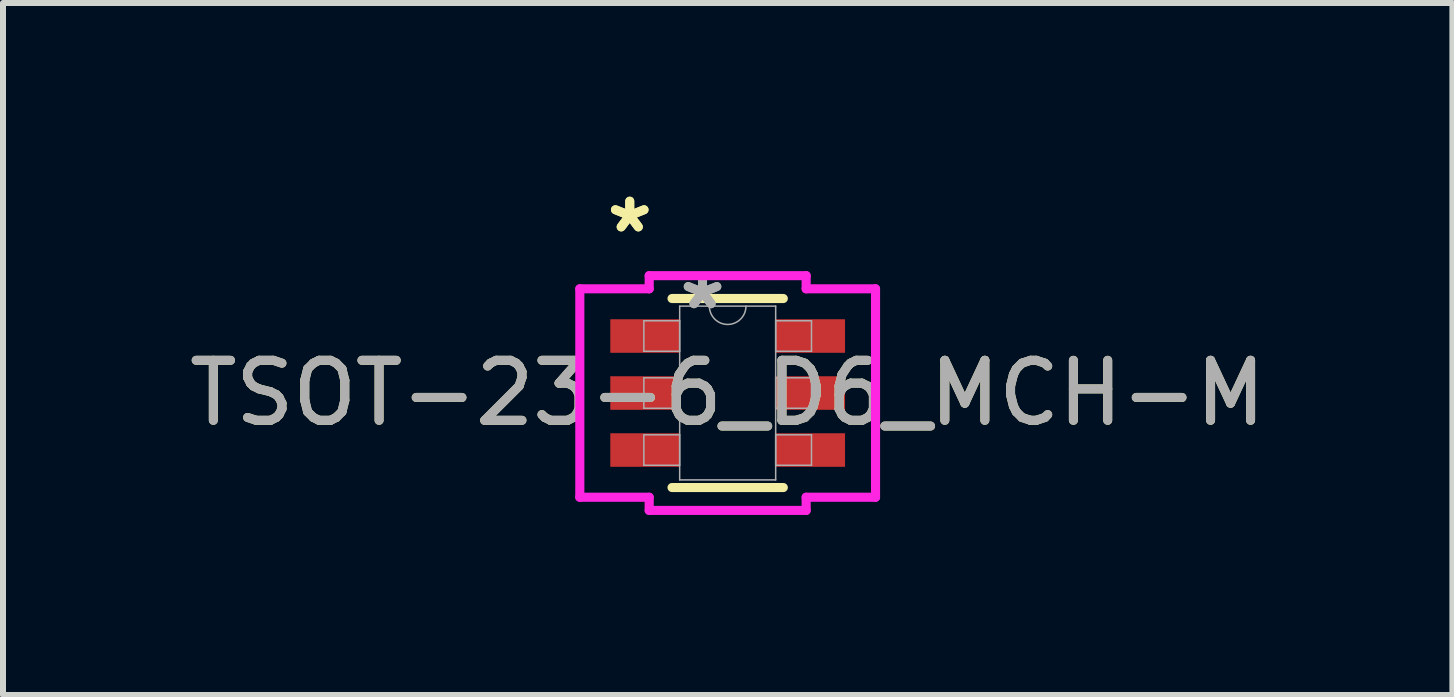
<source format=kicad_pcb>
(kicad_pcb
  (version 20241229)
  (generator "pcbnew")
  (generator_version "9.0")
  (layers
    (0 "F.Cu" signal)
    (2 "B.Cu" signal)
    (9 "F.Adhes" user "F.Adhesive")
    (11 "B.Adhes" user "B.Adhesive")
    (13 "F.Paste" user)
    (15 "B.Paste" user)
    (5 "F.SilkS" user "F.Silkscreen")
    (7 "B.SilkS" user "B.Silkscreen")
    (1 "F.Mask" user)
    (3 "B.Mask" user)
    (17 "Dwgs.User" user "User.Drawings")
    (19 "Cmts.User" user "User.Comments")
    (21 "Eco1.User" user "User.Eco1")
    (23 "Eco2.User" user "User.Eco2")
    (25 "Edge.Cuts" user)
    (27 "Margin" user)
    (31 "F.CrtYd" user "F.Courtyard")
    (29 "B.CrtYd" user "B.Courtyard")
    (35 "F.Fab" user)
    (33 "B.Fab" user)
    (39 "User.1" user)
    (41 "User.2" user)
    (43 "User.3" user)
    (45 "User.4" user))
  (footprint "TSOT-23-6_D6_MCH-M"
    (layer "F.Cu")
    (at 9.077 3.5)
    (property "Reference" "TSOT-23-6_D6_MCH-M" (at 0 0 0) (unlocked yes) (layer "F.SilkS") (effects (font (size 1 1) (thickness 0.15))))
    (attr smd)
    (fp_line (start -0.927 1.575) (end 0.927 1.575) (stroke (width 0.152) (type solid)) (layer "F.SilkS"))
    (fp_line (start 0.927 -1.575) (end -0.927 -1.575) (stroke (width 0.152) (type solid)) (layer "F.SilkS"))
    (fp_line (start -2.464 -1.737) (end -1.308 -1.737) (stroke (width 0.152) (type solid)) (layer "F.CrtYd"))
    (fp_line (start -2.464 1.737) (end -2.464 -1.737) (stroke (width 0.152) (type solid)) (layer "F.CrtYd"))
    (fp_line (start -2.464 1.737) (end -1.308 1.737) (stroke (width 0.152) (type solid)) (layer "F.CrtYd"))
    (fp_line (start -1.308 -1.956) (end 1.308 -1.956) (stroke (width 0.152) (type solid)) (layer "F.CrtYd"))
    (fp_line (start -1.308 -1.737) (end -1.308 -1.956) (stroke (width 0.152) (type solid)) (layer "F.CrtYd"))
    (fp_line (start -1.308 1.956) (end -1.308 1.737) (stroke (width 0.152) (type solid)) (layer "F.CrtYd"))
    (fp_line (start 1.308 -1.956) (end 1.308 -1.737) (stroke (width 0.152) (type solid)) (layer "F.CrtYd"))
    (fp_line (start 1.308 1.737) (end 1.308 1.956) (stroke (width 0.152) (type solid)) (layer "F.CrtYd"))
    (fp_line (start 1.308 1.956) (end -1.308 1.956) (stroke (width 0.152) (type solid)) (layer "F.CrtYd"))
    (fp_line (start 2.464 -1.737) (end 1.308 -1.737) (stroke (width 0.152) (type solid)) (layer "F.CrtYd"))
    (fp_line (start 2.464 -1.737) (end 2.464 1.737) (stroke (width 0.152) (type solid)) (layer "F.CrtYd"))
    (fp_line (start 2.464 1.737) (end 1.308 1.737) (stroke (width 0.152) (type solid)) (layer "F.CrtYd"))
    (fp_line (start -1.397 -1.204) (end -1.397 -0.696) (stroke (width 0.025) (type solid)) (layer "F.Fab"))
    (fp_line (start -1.397 -0.696) (end -0.8 -0.696) (stroke (width 0.025) (type solid)) (layer "F.Fab"))
    (fp_line (start -1.397 -0.254) (end -1.397 0.254) (stroke (width 0.025) (type solid)) (layer "F.Fab"))
    (fp_line (start -1.397 0.254) (end -0.8 0.254) (stroke (width 0.025) (type solid)) (layer "F.Fab"))
    (fp_line (start -1.397 0.696) (end -1.397 1.204) (stroke (width 0.025) (type solid)) (layer "F.Fab"))
    (fp_line (start -1.397 1.204) (end -0.8 1.204) (stroke (width 0.025) (type solid)) (layer "F.Fab"))
    (fp_line (start -0.8 -1.448) (end -0.8 1.448) (stroke (width 0.025) (type solid)) (layer "F.Fab"))
    (fp_line (start -0.8 -1.204) (end -1.397 -1.204) (stroke (width 0.025) (type solid)) (layer "F.Fab"))
    (fp_line (start -0.8 -0.696) (end -0.8 -1.204) (stroke (width 0.025) (type solid)) (layer "F.Fab"))
    (fp_line (start -0.8 -0.254) (end -1.397 -0.254) (stroke (width 0.025) (type solid)) (layer "F.Fab"))
    (fp_line (start -0.8 0.254) (end -0.8 -0.254) (stroke (width 0.025) (type solid)) (layer "F.Fab"))
    (fp_line (start -0.8 0.696) (end -1.397 0.696) (stroke (width 0.025) (type solid)) (layer "F.Fab"))
    (fp_line (start -0.8 1.204) (end -0.8 0.696) (stroke (width 0.025) (type solid)) (layer "F.Fab"))
    (fp_line (start -0.8 1.448) (end 0.8 1.448) (stroke (width 0.025) (type solid)) (layer "F.Fab"))
    (fp_line (start 0.8 -1.448) (end -0.8 -1.448) (stroke (width 0.025) (type solid)) (layer "F.Fab"))
    (fp_line (start 0.8 -1.204) (end 0.8 -0.696) (stroke (width 0.025) (type solid)) (layer "F.Fab"))
    (fp_line (start 0.8 -0.696) (end 1.397 -0.696) (stroke (width 0.025) (type solid)) (layer "F.Fab"))
    (fp_line (start 0.8 -0.254) (end 0.8 0.254) (stroke (width 0.025) (type solid)) (layer "F.Fab"))
    (fp_line (start 0.8 0.254) (end 1.397 0.254) (stroke (width 0.025) (type solid)) (layer "F.Fab"))
    (fp_line (start 0.8 0.696) (end 0.8 1.204) (stroke (width 0.025) (type solid)) (layer "F.Fab"))
    (fp_line (start 0.8 1.204) (end 1.397 1.204) (stroke (width 0.025) (type solid)) (layer "F.Fab"))
    (fp_line (start 0.8 1.448) (end 0.8 -1.448) (stroke (width 0.025) (type solid)) (layer "F.Fab"))
    (fp_line (start 1.397 -1.204) (end 0.8 -1.204) (stroke (width 0.025) (type solid)) (layer "F.Fab"))
    (fp_line (start 1.397 -0.696) (end 1.397 -1.204) (stroke (width 0.025) (type solid)) (layer "F.Fab"))
    (fp_line (start 1.397 -0.254) (end 0.8 -0.254) (stroke (width 0.025) (type solid)) (layer "F.Fab"))
    (fp_line (start 1.397 0.254) (end 1.397 -0.254) (stroke (width 0.025) (type solid)) (layer "F.Fab"))
    (fp_line (start 1.397 0.696) (end 0.8 0.696) (stroke (width 0.025) (type solid)) (layer "F.Fab"))
    (fp_line (start 1.397 1.204) (end 1.397 0.696) (stroke (width 0.025) (type solid)) (layer "F.Fab"))
    (fp_arc (start 0.3048 -1.4478) (mid 0 -1.143) (end -0.3048 -1.4478) (stroke (width 0.0254) (type solid)) (layer "F.Fab"))
    (fp_text user "*" (at -1.632 -2.652 0) (layer "F.SilkS") (effects (font (size 1 1) (thickness 0.15))))
    (fp_text user "*" (at -1.632 -2.652 0) (unlocked yes) (layer "F.SilkS") (effects (font (size 1 1) (thickness 0.15))))
    (fp_text user "*" (at -0.419 -1.372 0) (layer "F.Fab") (effects (font (size 1 1) (thickness 0.15))))
    (fp_text user "${REFERENCE}" (at 0 0 0) (unlocked yes) (layer "F.Fab") (effects (font (size 1 1) (thickness 0.15))))
    (fp_text user "*" (at -0.419 -1.372 0) (unlocked yes) (layer "F.Fab") (effects (font (size 1 1) (thickness 0.15))))
    (pad "1" smd rect (at -1.378 -0.95) (size 1.156 0.559) (layers "F.Cu" "F.Mask" "F.Paste"))
    (pad "2" smd rect (at -1.378 0) (size 1.156 0.559) (layers "F.Cu" "F.Mask" "F.Paste"))
    (pad "3" smd rect (at -1.378 0.95) (size 1.156 0.559) (layers "F.Cu" "F.Mask" "F.Paste"))
    (pad "4" smd rect (at 1.378 0.95) (size 1.156 0.559) (layers "F.Cu" "F.Mask" "F.Paste"))
    (pad "5" smd rect (at 1.378 0) (size 1.156 0.559) (layers "F.Cu" "F.Mask" "F.Paste"))
    (pad "6" smd rect (at 1.378 -0.95) (size 1.156 0.559) (layers "F.Cu" "F.Mask" "F.Paste")))
  (gr_rect
    (start -3 -3)
    (end 21.155 8.532)
    (stroke (width 0.1) (type default))
    (fill no)
    (layer "Edge.Cuts")))
</source>
